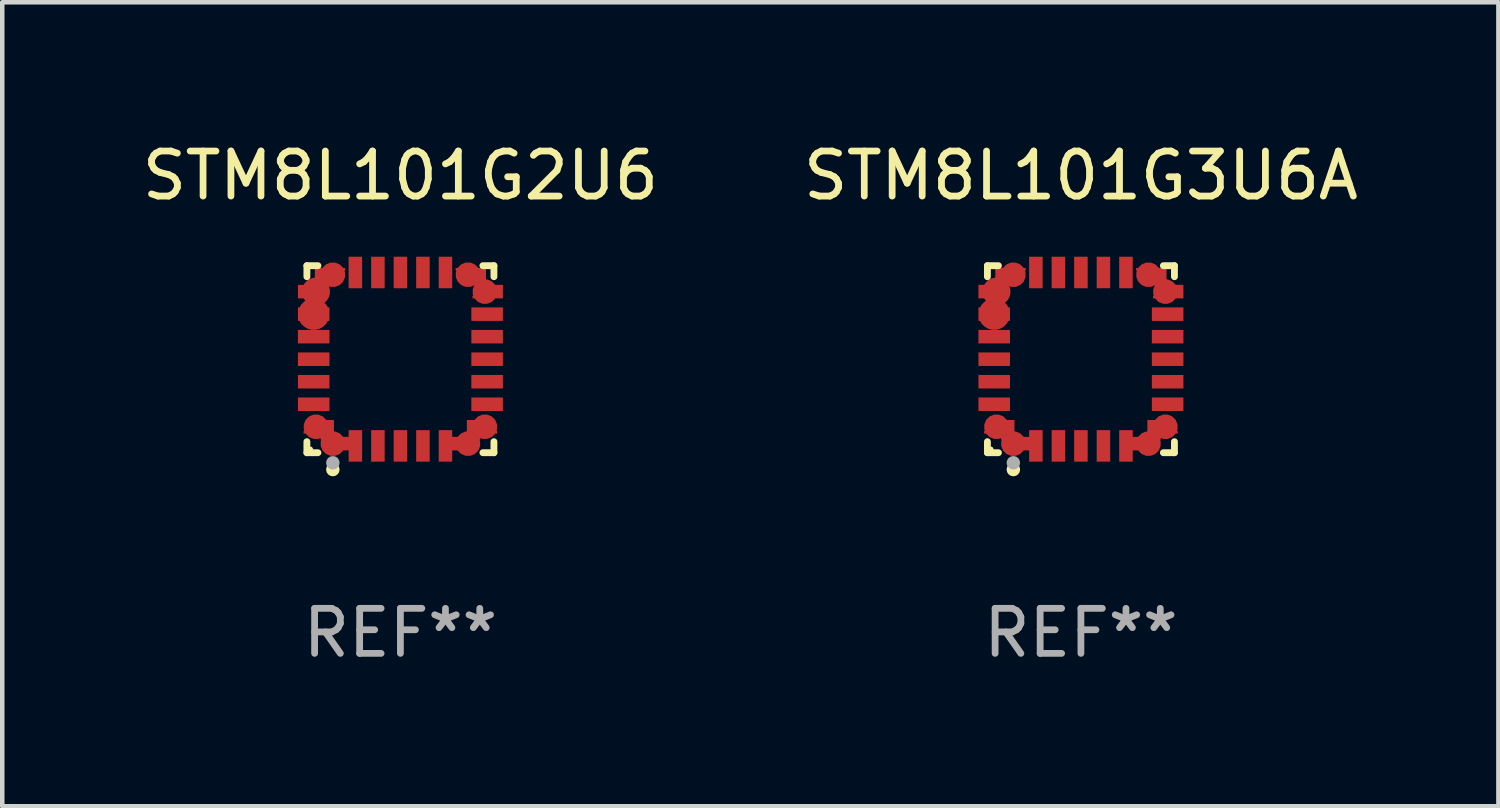
<source format=kicad_pcb>
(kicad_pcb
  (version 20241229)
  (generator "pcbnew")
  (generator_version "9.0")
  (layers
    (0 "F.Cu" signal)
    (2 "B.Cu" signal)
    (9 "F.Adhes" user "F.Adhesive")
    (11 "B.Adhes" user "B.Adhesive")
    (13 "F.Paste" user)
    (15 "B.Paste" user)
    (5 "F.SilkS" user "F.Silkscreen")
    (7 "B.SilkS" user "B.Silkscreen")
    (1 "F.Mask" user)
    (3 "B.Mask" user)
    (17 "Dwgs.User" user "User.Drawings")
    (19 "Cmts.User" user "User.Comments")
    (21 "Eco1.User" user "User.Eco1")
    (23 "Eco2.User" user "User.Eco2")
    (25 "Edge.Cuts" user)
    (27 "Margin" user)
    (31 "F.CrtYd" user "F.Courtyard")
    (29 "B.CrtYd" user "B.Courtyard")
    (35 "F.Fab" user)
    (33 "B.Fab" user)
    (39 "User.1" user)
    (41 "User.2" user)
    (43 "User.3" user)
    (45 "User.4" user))
  (footprint "STM8L101G3U6A"
    (layer "F.Cu")
    (at 20.946 4.924)
    (property "Reference" "STM8L101G3U6A" (at 0 -4.076 0) (layer "F.SilkS") (effects (font (size 1 1) (thickness 0.15))))
    (attr through_hole)
    (fp_line (start -2.076 -2.076) (end -1.831 -2.076) (stroke (width 0.152) (type solid)) (layer "F.SilkS"))
    (fp_line (start -2.076 -1.831) (end -2.076 -2.076) (stroke (width 0.152) (type solid)) (layer "F.SilkS"))
    (fp_line (start -2.076 1.831) (end -2.076 2.076) (stroke (width 0.152) (type solid)) (layer "F.SilkS"))
    (fp_line (start -2.076 2.076) (end -1.831 2.076) (stroke (width 0.152) (type solid)) (layer "F.SilkS"))
    (fp_line (start 2.076 -2.076) (end 1.831 -2.076) (stroke (width 0.152) (type solid)) (layer "F.SilkS"))
    (fp_line (start 2.076 -1.831) (end 2.076 -2.076) (stroke (width 0.152) (type solid)) (layer "F.SilkS"))
    (fp_line (start 2.076 1.831) (end 2.076 2.076) (stroke (width 0.152) (type solid)) (layer "F.SilkS"))
    (fp_line (start 2.076 2.076) (end 1.831 2.076) (stroke (width 0.152) (type solid)) (layer "F.SilkS"))
    (fp_circle (center -2 2) (end -1.97 2) (stroke (width 0.06) (type solid)) (fill no) (layer "F.SilkS"))
    (fp_circle (center -1.5 2.45) (end -1.425 2.45) (stroke (width 0.15) (type solid)) (fill no) (layer "F.SilkS"))
    (fp_circle (center -1.5 2.3) (end -1.425 2.3) (stroke (width 0.15) (type solid)) (fill no) (layer "F.Fab"))
    (fp_text user "REF**" (at 0 6.076 0) (layer "F.Fab") (effects (font (size 1 1) (thickness 0.15))))
    (pad "1" smd custom (at -1.5 1.875 90) (size 0.55 0.3) (layers "F.Cu" "F.Mask" "F.Paste") (options (anchor circle)) (primitives (gr_poly (pts (xy -0.15 -0.025) (xy -0.15 0.4) (xy 0.15 0.4) (xy 0.15 -0.275) (xy 0.1 -0.275)) (width 0) (fill yes))))
    (pad "2" smd rect (at -1 1.925) (size 0.3 0.7) (layers "F.Cu" "F.Mask" "F.Paste"))
    (pad "3" smd rect (at -0.5 1.925) (size 0.3 0.7) (layers "F.Cu" "F.Mask" "F.Paste"))
    (pad "4" smd rect (at 0 1.925) (size 0.3 0.7) (layers "F.Cu" "F.Mask" "F.Paste"))
    (pad "5" smd rect (at 0.5 1.925) (size 0.3 0.7) (layers "F.Cu" "F.Mask" "F.Paste"))
    (pad "6" smd rect (at 1 1.925) (size 0.3 0.7) (layers "F.Cu" "F.Mask" "F.Paste"))
    (pad "7" smd custom (at 1.5 1.875 270) (size 0.55 0.3) (layers "F.Cu" "F.Mask" "F.Paste") (options (anchor circle)) (primitives (gr_poly (pts (xy 0.15 -0.025) (xy 0.15 0.4) (xy -0.15 0.4) (xy -0.15 -0.275) (xy -0.1 -0.275)) (width 0) (fill yes))))
    (pad "8" smd custom (at 1.875 1.5 180) (size 0.55 0.3) (layers "F.Cu" "F.Mask" "F.Paste") (options (anchor circle)) (primitives (gr_poly (pts (xy -0.025 0.15) (xy 0.4 0.15) (xy 0.4 -0.15) (xy -0.275 -0.15) (xy -0.275 -0.1)) (width 0) (fill yes))))
    (pad "9" smd rect (at 1.925 1) (size 0.7 0.3) (layers "F.Cu" "F.Mask" "F.Paste"))
    (pad "10" smd rect (at 1.925 0.5) (size 0.7 0.3) (layers "F.Cu" "F.Mask" "F.Paste"))
    (pad "11" smd rect (at 1.925 0) (size 0.7 0.3) (layers "F.Cu" "F.Mask" "F.Paste"))
    (pad "12" smd rect (at 1.925 -0.5) (size 0.7 0.3) (layers "F.Cu" "F.Mask" "F.Paste"))
    (pad "13" smd rect (at 1.925 -1) (size 0.7 0.3) (layers "F.Cu" "F.Mask" "F.Paste"))
    (pad "14" smd custom (at 1.875 -1.5) (size 0.55 0.3) (layers "F.Cu" "F.Mask" "F.Paste") (options (anchor circle)) (primitives (gr_poly (pts (xy -0.025 -0.15) (xy 0.4 -0.15) (xy 0.4 0.15) (xy -0.275 0.15) (xy -0.275 0.1)) (width 0) (fill yes))))
    (pad "15" smd custom (at 1.5 -1.875 270) (size 0.55 0.3) (layers "F.Cu" "F.Mask" "F.Paste") (options (anchor circle)) (primitives (gr_poly (pts (xy 0.15 0.025) (xy 0.15 -0.4) (xy -0.15 -0.4) (xy -0.15 0.275) (xy -0.1 0.275)) (width 0) (fill yes))))
    (pad "16" smd rect (at 1 -1.925) (size 0.3 0.7) (layers "F.Cu" "F.Mask" "F.Paste"))
    (pad "17" smd rect (at 0.5 -1.925) (size 0.3 0.7) (layers "F.Cu" "F.Mask" "F.Paste"))
    (pad "18" smd rect (at 0 -1.925) (size 0.3 0.7) (layers "F.Cu" "F.Mask" "F.Paste"))
    (pad "19" smd rect (at -0.5 -1.925) (size 0.3 0.7) (layers "F.Cu" "F.Mask" "F.Paste"))
    (pad "20" smd rect (at -1 -1.925) (size 0.3 0.7) (layers "F.Cu" "F.Mask" "F.Paste"))
    (pad "21" smd custom (at -1.5 -1.875 90) (size 0.55 0.3) (layers "F.Cu" "F.Mask" "F.Paste") (options (anchor circle)) (primitives (gr_poly (pts (xy -0.15 0.025) (xy -0.15 -0.4) (xy 0.15 -0.4) (xy 0.15 0.275) (xy 0.1 0.275)) (width 0) (fill yes))))
    (pad "22" smd custom (at -1.875 -1.5) (size 0.625 0.3) (layers "F.Cu" "F.Mask" "F.Paste") (options (anchor circle)) (primitives (gr_poly (pts (xy 0.025 -0.15) (xy -0.4 -0.15) (xy -0.4 0.15) (xy 0.275 0.15) (xy 0.275 0.1)) (width 0) (fill yes))))
    (pad "23" smd custom (at -1.925 -1) (size 0.7 0.3) (layers "F.Cu" "F.Mask" "F.Paste") (options (anchor circle)) (primitives (gr_poly (pts (xy -0.35 -0.15) (xy 0.35 -0.15) (xy 0.35 0.15) (xy -0.35 0.15)) (width 0) (fill yes))))
    (pad "24" smd rect (at -1.925 -0.5) (size 0.7 0.3) (layers "F.Cu" "F.Mask" "F.Paste"))
    (pad "25" smd rect (at -1.925 0) (size 0.7 0.3) (layers "F.Cu" "F.Mask" "F.Paste"))
    (pad "26" smd rect (at -1.925 0.5) (size 0.7 0.3) (layers "F.Cu" "F.Mask" "F.Paste"))
    (pad "27" smd rect (at -1.925 1) (size 0.7 0.3) (layers "F.Cu" "F.Mask" "F.Paste"))
    (pad "28" smd custom (at -1.875 1.5 180) (size 0.55 0.3) (layers "F.Cu" "F.Mask" "F.Paste") (options (anchor circle)) (primitives (gr_poly (pts (xy 0.025 0.15) (xy -0.4 0.15) (xy -0.4 -0.15) (xy 0.275 -0.15) (xy 0.275 -0.1)) (width 0) (fill yes)))))
  (footprint "STM8L101G2U6"
    (layer "F.Cu")
    (at 5.839 4.924)
    (property "Reference" "STM8L101G2U6" (at 0 -4.076 0) (layer "F.SilkS") (effects (font (size 1 1) (thickness 0.15))))
    (attr through_hole)
    (fp_line (start -2.076 -2.076) (end -1.831 -2.076) (stroke (width 0.152) (type solid)) (layer "F.SilkS"))
    (fp_line (start -2.076 -1.831) (end -2.076 -2.076) (stroke (width 0.152) (type solid)) (layer "F.SilkS"))
    (fp_line (start -2.076 1.831) (end -2.076 2.076) (stroke (width 0.152) (type solid)) (layer "F.SilkS"))
    (fp_line (start -2.076 2.076) (end -1.831 2.076) (stroke (width 0.152) (type solid)) (layer "F.SilkS"))
    (fp_line (start 2.076 -2.076) (end 1.831 -2.076) (stroke (width 0.152) (type solid)) (layer "F.SilkS"))
    (fp_line (start 2.076 -1.831) (end 2.076 -2.076) (stroke (width 0.152) (type solid)) (layer "F.SilkS"))
    (fp_line (start 2.076 1.831) (end 2.076 2.076) (stroke (width 0.152) (type solid)) (layer "F.SilkS"))
    (fp_line (start 2.076 2.076) (end 1.831 2.076) (stroke (width 0.152) (type solid)) (layer "F.SilkS"))
    (fp_circle (center -2 2) (end -1.97 2) (stroke (width 0.06) (type solid)) (fill no) (layer "F.SilkS"))
    (fp_circle (center -1.5 2.45) (end -1.425 2.45) (stroke (width 0.15) (type solid)) (fill no) (layer "F.SilkS"))
    (fp_circle (center -1.5 2.3) (end -1.425 2.3) (stroke (width 0.15) (type solid)) (fill no) (layer "F.Fab"))
    (fp_text user "REF**" (at 0 6.076 0) (layer "F.Fab") (effects (font (size 1 1) (thickness 0.15))))
    (pad "1" smd custom (at -1.5 1.875 90) (size 0.55 0.3) (layers "F.Cu" "F.Mask" "F.Paste") (options (anchor circle)) (primitives (gr_poly (pts (xy -0.15 -0.025) (xy -0.15 0.4) (xy 0.15 0.4) (xy 0.15 -0.275) (xy 0.1 -0.275)) (width 0) (fill yes))))
    (pad "2" smd rect (at -1 1.925) (size 0.3 0.7) (layers "F.Cu" "F.Mask" "F.Paste"))
    (pad "3" smd rect (at -0.5 1.925) (size 0.3 0.7) (layers "F.Cu" "F.Mask" "F.Paste"))
    (pad "4" smd rect (at 0 1.925) (size 0.3 0.7) (layers "F.Cu" "F.Mask" "F.Paste"))
    (pad "5" smd rect (at 0.5 1.925) (size 0.3 0.7) (layers "F.Cu" "F.Mask" "F.Paste"))
    (pad "6" smd rect (at 1 1.925) (size 0.3 0.7) (layers "F.Cu" "F.Mask" "F.Paste"))
    (pad "7" smd custom (at 1.5 1.875 270) (size 0.55 0.3) (layers "F.Cu" "F.Mask" "F.Paste") (options (anchor circle)) (primitives (gr_poly (pts (xy 0.15 -0.025) (xy 0.15 0.4) (xy -0.15 0.4) (xy -0.15 -0.275) (xy -0.1 -0.275)) (width 0) (fill yes))))
    (pad "8" smd custom (at 1.875 1.5 180) (size 0.55 0.3) (layers "F.Cu" "F.Mask" "F.Paste") (options (anchor circle)) (primitives (gr_poly (pts (xy -0.025 0.15) (xy 0.4 0.15) (xy 0.4 -0.15) (xy -0.275 -0.15) (xy -0.275 -0.1)) (width 0) (fill yes))))
    (pad "9" smd rect (at 1.925 1) (size 0.7 0.3) (layers "F.Cu" "F.Mask" "F.Paste"))
    (pad "10" smd rect (at 1.925 0.5) (size 0.7 0.3) (layers "F.Cu" "F.Mask" "F.Paste"))
    (pad "11" smd rect (at 1.925 0) (size 0.7 0.3) (layers "F.Cu" "F.Mask" "F.Paste"))
    (pad "12" smd rect (at 1.925 -0.5) (size 0.7 0.3) (layers "F.Cu" "F.Mask" "F.Paste"))
    (pad "13" smd rect (at 1.925 -1) (size 0.7 0.3) (layers "F.Cu" "F.Mask" "F.Paste"))
    (pad "14" smd custom (at 1.875 -1.5) (size 0.55 0.3) (layers "F.Cu" "F.Mask" "F.Paste") (options (anchor circle)) (primitives (gr_poly (pts (xy -0.025 -0.15) (xy 0.4 -0.15) (xy 0.4 0.15) (xy -0.275 0.15) (xy -0.275 0.1)) (width 0) (fill yes))))
    (pad "15" smd custom (at 1.5 -1.875 270) (size 0.55 0.3) (layers "F.Cu" "F.Mask" "F.Paste") (options (anchor circle)) (primitives (gr_poly (pts (xy 0.15 0.025) (xy 0.15 -0.4) (xy -0.15 -0.4) (xy -0.15 0.275) (xy -0.1 0.275)) (width 0) (fill yes))))
    (pad "16" smd rect (at 1 -1.925) (size 0.3 0.7) (layers "F.Cu" "F.Mask" "F.Paste"))
    (pad "17" smd rect (at 0.5 -1.925) (size 0.3 0.7) (layers "F.Cu" "F.Mask" "F.Paste"))
    (pad "18" smd rect (at 0 -1.925) (size 0.3 0.7) (layers "F.Cu" "F.Mask" "F.Paste"))
    (pad "19" smd rect (at -0.5 -1.925) (size 0.3 0.7) (layers "F.Cu" "F.Mask" "F.Paste"))
    (pad "20" smd rect (at -1 -1.925) (size 0.3 0.7) (layers "F.Cu" "F.Mask" "F.Paste"))
    (pad "21" smd custom (at -1.5 -1.875 90) (size 0.55 0.3) (layers "F.Cu" "F.Mask" "F.Paste") (options (anchor circle)) (primitives (gr_poly (pts (xy -0.15 0.025) (xy -0.15 -0.4) (xy 0.15 -0.4) (xy 0.15 0.275) (xy 0.1 0.275)) (width 0) (fill yes))))
    (pad "22" smd custom (at -1.875 -1.5) (size 0.625 0.3) (layers "F.Cu" "F.Mask" "F.Paste") (options (anchor circle)) (primitives (gr_poly (pts (xy 0.025 -0.15) (xy -0.4 -0.15) (xy -0.4 0.15) (xy 0.275 0.15) (xy 0.275 0.1)) (width 0) (fill yes))))
    (pad "23" smd custom (at -1.925 -1) (size 0.7 0.3) (layers "F.Cu" "F.Mask" "F.Paste") (options (anchor circle)) (primitives (gr_poly (pts (xy -0.35 -0.15) (xy 0.35 -0.15) (xy 0.35 0.15) (xy -0.35 0.15)) (width 0) (fill yes))))
    (pad "24" smd rect (at -1.925 -0.5) (size 0.7 0.3) (layers "F.Cu" "F.Mask" "F.Paste"))
    (pad "25" smd rect (at -1.925 0) (size 0.7 0.3) (layers "F.Cu" "F.Mask" "F.Paste"))
    (pad "26" smd rect (at -1.925 0.5) (size 0.7 0.3) (layers "F.Cu" "F.Mask" "F.Paste"))
    (pad "27" smd rect (at -1.925 1) (size 0.7 0.3) (layers "F.Cu" "F.Mask" "F.Paste"))
    (pad "28" smd custom (at -1.875 1.5 180) (size 0.55 0.3) (layers "F.Cu" "F.Mask" "F.Paste") (options (anchor circle)) (primitives (gr_poly (pts (xy 0.025 0.15) (xy -0.4 0.15) (xy -0.4 -0.15) (xy 0.275 -0.15) (xy 0.275 -0.1)) (width 0) (fill yes)))))
  (gr_rect
    (start -3 -3)
    (end 30.214 14.849)
    (stroke (width 0.1) (type default))
    (fill no)
    (layer "Edge.Cuts")))
</source>
